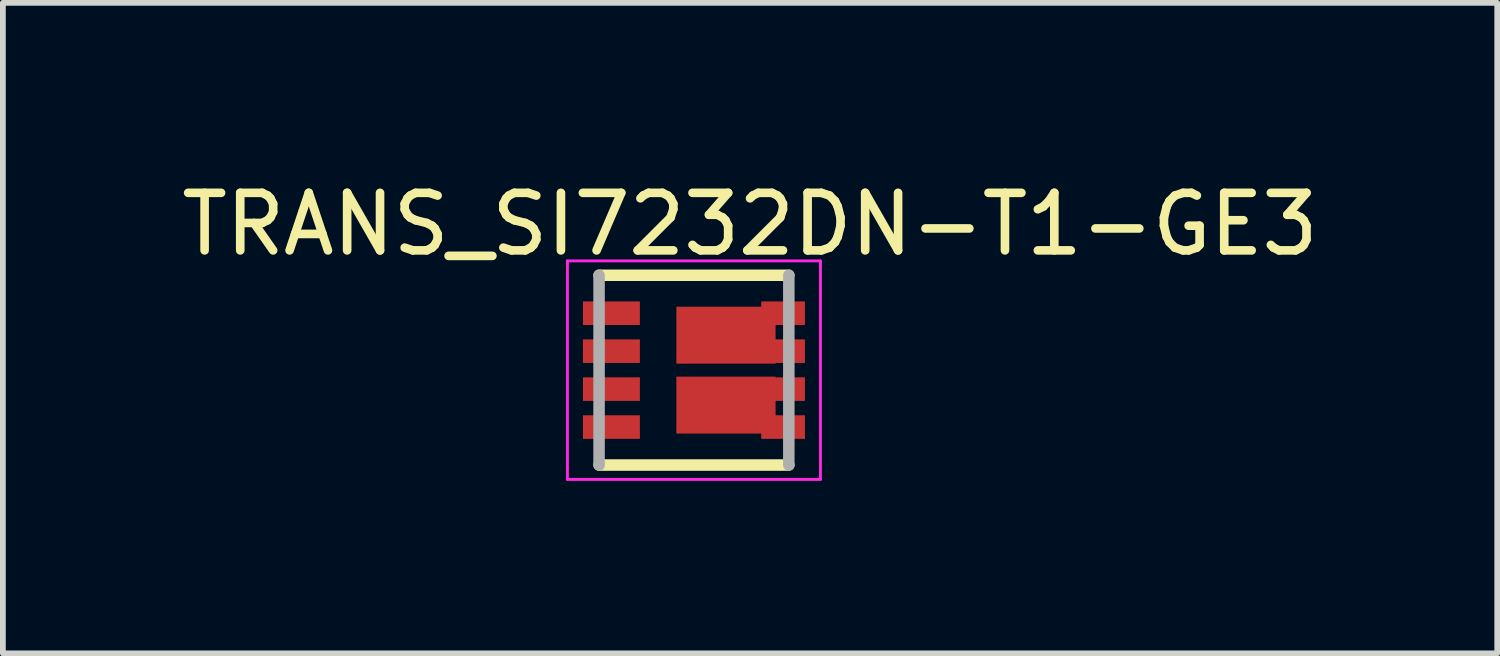
<source format=kicad_pcb>
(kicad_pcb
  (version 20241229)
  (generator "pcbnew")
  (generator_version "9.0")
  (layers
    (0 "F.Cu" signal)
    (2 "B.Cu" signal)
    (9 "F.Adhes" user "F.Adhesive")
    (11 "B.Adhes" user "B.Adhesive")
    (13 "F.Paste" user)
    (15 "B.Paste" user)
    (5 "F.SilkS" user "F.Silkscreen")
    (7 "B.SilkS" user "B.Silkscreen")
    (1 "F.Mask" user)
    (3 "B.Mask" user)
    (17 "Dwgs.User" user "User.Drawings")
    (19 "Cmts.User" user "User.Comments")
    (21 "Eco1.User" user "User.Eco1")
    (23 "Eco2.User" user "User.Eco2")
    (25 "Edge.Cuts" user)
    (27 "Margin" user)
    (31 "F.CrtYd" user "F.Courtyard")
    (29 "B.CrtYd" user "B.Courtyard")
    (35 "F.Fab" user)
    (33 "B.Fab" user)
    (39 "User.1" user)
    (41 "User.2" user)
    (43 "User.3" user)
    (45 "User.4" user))
  (footprint "TRANS_SI7232DN-T1-GE3"
    (layer "F.Cu")
    (at 9.018 3.387)
    (property "Reference" "TRANS_SI7232DN-T1-GE3" (at 0.976 -2.538 0) (layer "F.SilkS") (effects (font (size 1.001 1.001) (thickness 0.15))))
    (attr smd)
    (fp_line (start -1.65 -1.65) (end 1.65 -1.65) (stroke (width 0.2) (type solid)) (layer "F.SilkS"))
    (fp_line (start -1.65 1.65) (end 1.65 1.65) (stroke (width 0.2) (type solid)) (layer "F.SilkS"))
    (fp_line (start -2.2 -1.9) (end 2.2 -1.9) (stroke (width 0.05) (type solid)) (layer "F.CrtYd"))
    (fp_line (start -2.2 1.9) (end -2.2 -1.9) (stroke (width 0.05) (type solid)) (layer "F.CrtYd"))
    (fp_line (start 2.2 -1.9) (end 2.2 1.9) (stroke (width 0.05) (type solid)) (layer "F.CrtYd"))
    (fp_line (start 2.2 1.9) (end -2.2 1.9) (stroke (width 0.05) (type solid)) (layer "F.CrtYd"))
    (fp_line (start -1.65 -1.65) (end -1.65 1.65) (stroke (width 0.2) (type solid)) (layer "F.Fab"))
    (fp_line (start 1.65 -1.65) (end 1.65 1.65) (stroke (width 0.2) (type solid)) (layer "F.Fab"))
    (pad "1" smd rect (at -1.435 -0.99) (size 0.99 0.41) (layers "F.Cu" "F.Mask" "F.Paste"))
    (pad "2" smd rect (at -1.435 -0.33) (size 0.99 0.41) (layers "F.Cu" "F.Mask" "F.Paste"))
    (pad "3" smd rect (at -1.435 0.33) (size 0.99 0.41) (layers "F.Cu" "F.Mask" "F.Paste"))
    (pad "4" smd rect (at -1.435 0.99) (size 0.99 0.41) (layers "F.Cu" "F.Mask" "F.Paste"))
    (pad "5" smd rect (at 1.55 0.99) (size 0.76 0.41) (layers "F.Cu" "F.Mask" "F.Paste"))
    (pad "6" smd rect (at 1.55 0.33) (size 0.76 0.41) (layers "F.Cu" "F.Mask" "F.Paste"))
    (pad "7" smd rect (at 1.55 -0.33) (size 0.76 0.41) (layers "F.Cu" "F.Mask" "F.Paste"))
    (pad "8" smd rect (at 1.55 -0.99) (size 0.76 0.41) (layers "F.Cu" "F.Mask" "F.Paste"))
    (pad "9" smd rect (at 0.557 -0.608) (size 1.725 0.99) (layers "F.Cu" "F.Mask" "F.Paste"))
    (pad "10" smd rect (at 0.557 0.608) (size 1.725 0.99) (layers "F.Cu" "F.Mask" "F.Paste")))
  (gr_rect
    (start -3 -3)
    (end 22.988 8.312)
    (stroke (width 0.1) (type default))
    (fill no)
    (layer "Edge.Cuts")))
</source>
